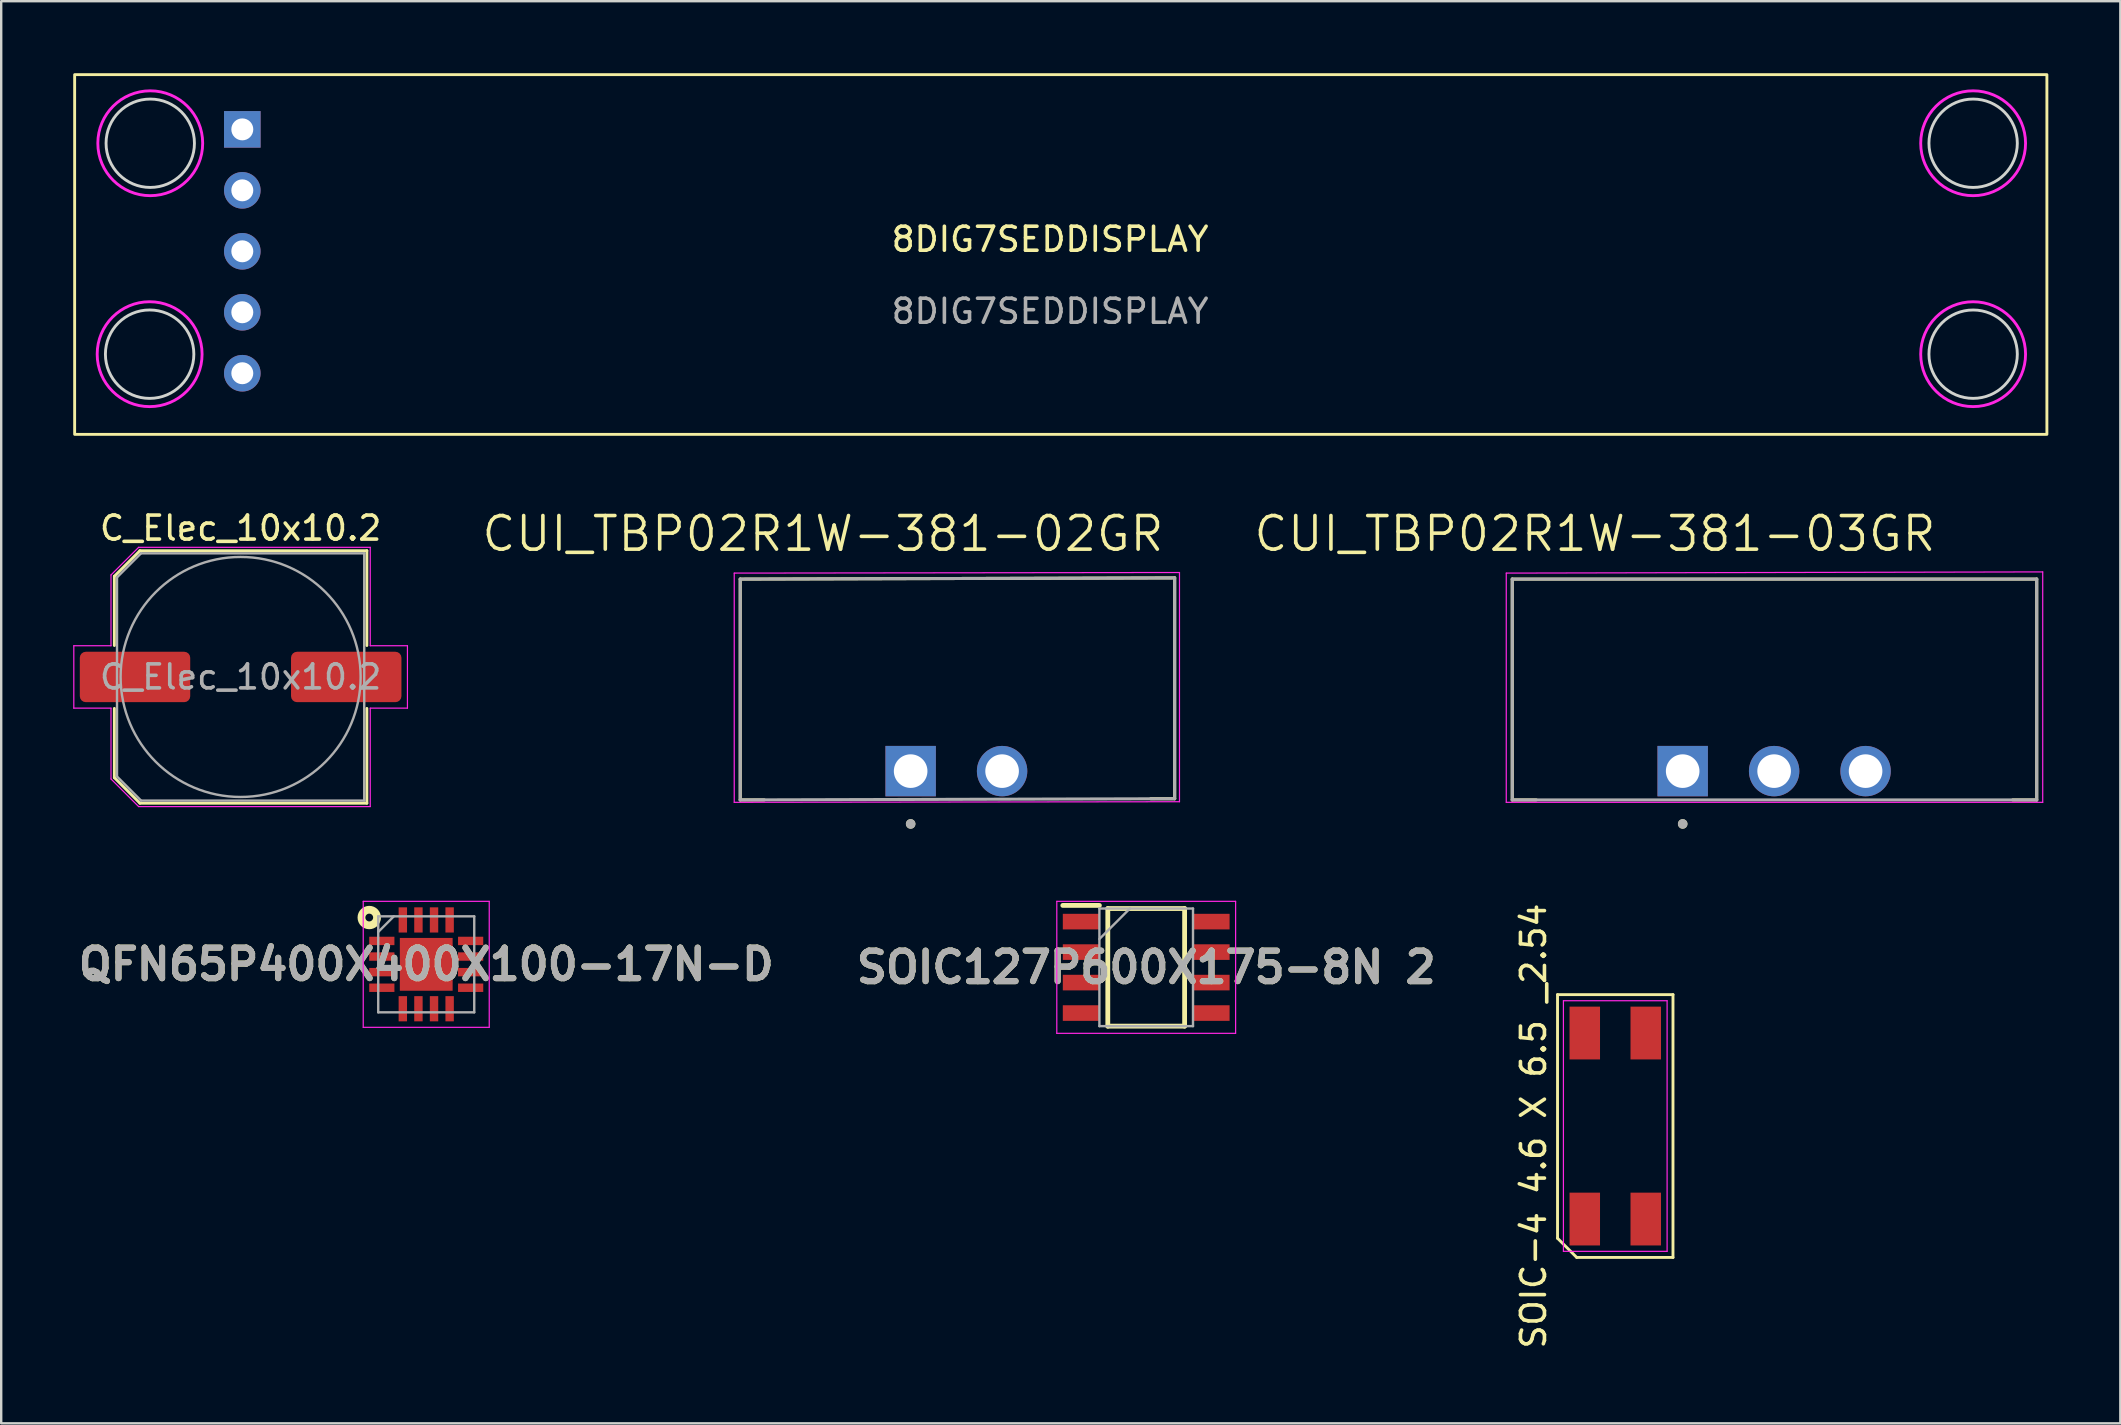
<source format=kicad_pcb>
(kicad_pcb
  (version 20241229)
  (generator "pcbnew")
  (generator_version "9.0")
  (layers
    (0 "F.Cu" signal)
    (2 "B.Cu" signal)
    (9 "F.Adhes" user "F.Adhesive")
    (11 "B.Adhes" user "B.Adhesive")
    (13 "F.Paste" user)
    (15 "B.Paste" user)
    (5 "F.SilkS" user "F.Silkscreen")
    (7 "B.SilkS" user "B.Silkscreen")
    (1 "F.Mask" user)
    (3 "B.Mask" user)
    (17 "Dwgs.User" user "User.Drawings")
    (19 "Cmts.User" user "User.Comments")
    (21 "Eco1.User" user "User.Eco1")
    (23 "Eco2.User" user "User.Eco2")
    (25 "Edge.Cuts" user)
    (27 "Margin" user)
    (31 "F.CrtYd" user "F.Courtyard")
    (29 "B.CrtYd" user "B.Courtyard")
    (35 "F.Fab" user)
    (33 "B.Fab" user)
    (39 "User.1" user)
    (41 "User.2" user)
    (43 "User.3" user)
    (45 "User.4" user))
  (footprint "CUI_TBP02R1W-381-03GR"
    (layer "F.Cu")
    (at 67.055 29.077)
    (property "Reference" "CUI_TBP02R1W-381-03GR" (at -3.655 -9.889 0) (layer "F.SilkS") (effects (font (size 1.4 1.4) (thickness 0.15))))
    (attr through_hole)
    (fp_line (start -7.1 -8) (end 14.75 -8) (stroke (width 0.127) (type solid)) (layer "F.SilkS"))
    (fp_line (start -7.1 1.2) (end -7.1 -8) (stroke (width 0.127) (type solid)) (layer "F.SilkS"))
    (fp_line (start -7.1 1.2) (end -6.1 1.2) (stroke (width 0.127) (type solid)) (layer "F.SilkS"))
    (fp_line (start 14.75 -8) (end 14.75 1.2) (stroke (width 0.127) (type solid)) (layer "F.SilkS"))
    (fp_line (start 14.75 1.2) (end 13.75 1.2) (stroke (width 0.127) (type solid)) (layer "F.SilkS"))
    (fp_circle (center 0 2.2) (end 0.1 2.2) (stroke (width 0.2) (type solid)) (fill no) (layer "F.SilkS"))
    (fp_line (start -7.35 -8.25) (end 15 -8.3) (stroke (width 0.05) (type solid)) (layer "F.CrtYd"))
    (fp_line (start -7.35 1.3) (end -7.35 -8.25) (stroke (width 0.05) (type solid)) (layer "F.CrtYd"))
    (fp_line (start 15 -8.3) (end 15 1.3) (stroke (width 0.05) (type solid)) (layer "F.CrtYd"))
    (fp_line (start 15 1.3) (end -7.35 1.3) (stroke (width 0.05) (type solid)) (layer "F.CrtYd"))
    (fp_line (start -7.1 -8) (end 14.75 -8) (stroke (width 0.127) (type solid)) (layer "F.Fab"))
    (fp_line (start -7.1 1.2) (end -7.1 -8) (stroke (width 0.127) (type solid)) (layer "F.Fab"))
    (fp_line (start 14.75 -8) (end 14.75 1.2) (stroke (width 0.127) (type solid)) (layer "F.Fab"))
    (fp_line (start 14.75 1.2) (end -7.1 1.2) (stroke (width 0.127) (type solid)) (layer "F.Fab"))
    (fp_circle (center 0 2.2) (end 0.1 2.2) (stroke (width 0.2) (type solid)) (fill no) (layer "F.Fab"))
    (pad "1" thru_hole rect (at 0 0) (size 2.1 2.1) (drill 1.4) (layers "*.Cu" "*.Mask"))
    (pad "2" thru_hole circle (at 3.81 0) (size 2.1 2.1) (drill 1.4) (layers "*.Cu" "*.Mask"))
    (pad "3" thru_hole circle (at 7.62 0) (size 2.1 2.1) (drill 1.4) (layers "*.Cu" "*.Mask")))
  (footprint "CUI_TBP02R1W-381-02GR"
    (layer "F.Cu")
    (at 34.89 29.077)
    (property "Reference" "CUI_TBP02R1W-381-02GR" (at -3.655 -9.889 0) (layer "F.SilkS") (effects (font (size 1.4 1.4) (thickness 0.15))))
    (attr through_hole)
    (fp_line (start -7.1 -8) (end 11 -8.05) (stroke (width 0.127) (type solid)) (layer "F.SilkS"))
    (fp_line (start -7.1 1.2) (end -7.1 -8) (stroke (width 0.127) (type solid)) (layer "F.SilkS"))
    (fp_line (start -7.1 1.2) (end -6.1 1.2) (stroke (width 0.127) (type solid)) (layer "F.SilkS"))
    (fp_line (start 11 -8.05) (end 11 1.15) (stroke (width 0.127) (type solid)) (layer "F.SilkS"))
    (fp_line (start 11 1.15) (end 10 1.15) (stroke (width 0.127) (type solid)) (layer "F.SilkS"))
    (fp_circle (center 0 2.2) (end 0.1 2.2) (stroke (width 0.2) (type solid)) (fill no) (layer "F.SilkS"))
    (fp_line (start -7.35 -8.25) (end 11.2 -8.275) (stroke (width 0.05) (type solid)) (layer "F.CrtYd"))
    (fp_line (start -7.35 1.3) (end -7.35 -8.25) (stroke (width 0.05) (type solid)) (layer "F.CrtYd"))
    (fp_line (start 11.2 -8.275) (end 11.2 1.275) (stroke (width 0.05) (type solid)) (layer "F.CrtYd"))
    (fp_line (start 11.2 1.275) (end -7.35 1.3) (stroke (width 0.05) (type solid)) (layer "F.CrtYd"))
    (fp_line (start -7.1 -8) (end 11 -8.05) (stroke (width 0.127) (type solid)) (layer "F.Fab"))
    (fp_line (start -7.1 1.2) (end -7.1 -8) (stroke (width 0.127) (type solid)) (layer "F.Fab"))
    (fp_line (start 11 -8.05) (end 11 1.15) (stroke (width 0.127) (type solid)) (layer "F.Fab"))
    (fp_line (start 11 1.15) (end -7.1 1.2) (stroke (width 0.127) (type solid)) (layer "F.Fab"))
    (fp_circle (center 0 2.2) (end 0.1 2.2) (stroke (width 0.2) (type solid)) (fill no) (layer "F.Fab"))
    (pad "1" thru_hole rect (at 0 0) (size 2.1 2.1) (drill 1.4) (layers "*.Cu" "*.Mask"))
    (pad "2" thru_hole circle (at 3.81 0) (size 2.1 2.1) (drill 1.4) (layers "*.Cu" "*.Mask")))
  (footprint "8DIG7SEDDISPLAY"
    (layer "F.Cu")
    (at 40.7 7.42)
    (property "Reference" "8DIG7SEDDISPLAY" (at 0 -0.5 0) (unlocked yes) (layer "F.SilkS") (effects (font (size 1 1) (thickness 0.15))))
    (attr through_hole)
    (fp_rect (start -40.64 7.626) (end 41.529 -7.36) (stroke (width 0.12) (type solid)) (fill no) (layer "F.SilkS"))
    (fp_circle (center -37.516 4.286) (end -35.674 4.286) (stroke (width 0.12) (type solid)) (fill no) (layer "Edge.Cuts"))
    (fp_circle (center -37.49 -4.502) (end -35.649 -4.502) (stroke (width 0.12) (type solid)) (fill no) (layer "Edge.Cuts"))
    (fp_circle (center 38.456 -4.502) (end 40.297 -4.502) (stroke (width 0.12) (type solid)) (fill no) (layer "Edge.Cuts"))
    (fp_circle (center 38.456 4.286) (end 40.297 4.286) (stroke (width 0.12) (type solid)) (fill no) (layer "Edge.Cuts"))
    (fp_circle (center -37.516 4.286) (end -35.331 4.286) (stroke (width 0.12) (type solid)) (fill no) (layer "F.CrtYd"))
    (fp_circle (center -37.49 -4.502) (end -35.306 -4.502) (stroke (width 0.12) (type solid)) (fill no) (layer "F.CrtYd"))
    (fp_circle (center 38.456 -4.502) (end 40.64 -4.502) (stroke (width 0.12) (type solid)) (fill no) (layer "F.CrtYd"))
    (fp_circle (center 38.456 4.286) (end 40.64 4.286) (stroke (width 0.12) (type solid)) (fill no) (layer "F.CrtYd"))
    (fp_text user "${REFERENCE}" (at 0 2.5 0) (unlocked yes) (layer "F.Fab") (effects (font (size 1 1) (thickness 0.15))))
    (pad "1" thru_hole circle (at -33.655 5.08) (size 1.524 1.524) (drill 0.914) (layers "*.Cu" "*.Mask"))
    (pad "2" thru_hole circle (at -33.655 2.54) (size 1.524 1.524) (drill 0.914) (layers "*.Cu" "*.Mask"))
    (pad "3" thru_hole circle (at -33.655 0) (size 1.524 1.524) (drill 0.914) (layers "*.Cu" "*.Mask"))
    (pad "4" thru_hole circle (at -33.655 -2.54) (size 1.524 1.524) (drill 0.914) (layers "*.Cu" "*.Mask"))
    (pad "5" thru_hole rect (at -33.655 -5.08) (size 1.524 1.524) (drill 0.914) (layers "*.Cu" "*.Mask")))
  (footprint "C_Elec_10x10.2"
    (layer "F.Cu")
    (at 6.975 25.154)
    (property "Reference" "C_Elec_10x10.2" (at 0 -6.2 0) (layer "F.SilkS") (effects (font (size 1 1) (thickness 0.15))))
    (attr smd)
    (fp_line (start -5.26 -4.196) (end -5.26 -1.31) (stroke (width 0.12) (type solid)) (layer "F.SilkS"))
    (fp_line (start -5.26 -4.196) (end -4.196 -5.26) (stroke (width 0.12) (type solid)) (layer "F.SilkS"))
    (fp_line (start -5.26 4.196) (end -5.26 1.31) (stroke (width 0.12) (type solid)) (layer "F.SilkS"))
    (fp_line (start -5.26 4.196) (end -4.196 5.26) (stroke (width 0.12) (type solid)) (layer "F.SilkS"))
    (fp_line (start -4.196 -5.26) (end 5.26 -5.26) (stroke (width 0.12) (type solid)) (layer "F.SilkS"))
    (fp_line (start -4.196 5.26) (end 5.26 5.26) (stroke (width 0.12) (type solid)) (layer "F.SilkS"))
    (fp_line (start 5.26 -5.26) (end 5.26 -1.31) (stroke (width 0.12) (type solid)) (layer "F.SilkS"))
    (fp_line (start 5.26 5.26) (end 5.26 1.31) (stroke (width 0.12) (type solid)) (layer "F.SilkS"))
    (fp_line (start -6.95 -1.3) (end -6.95 1.3) (stroke (width 0.05) (type solid)) (layer "F.CrtYd"))
    (fp_line (start -6.95 1.3) (end -5.4 1.3) (stroke (width 0.05) (type solid)) (layer "F.CrtYd"))
    (fp_line (start -5.4 -4.25) (end -5.4 -1.3) (stroke (width 0.05) (type solid)) (layer "F.CrtYd"))
    (fp_line (start -5.4 -4.25) (end -4.25 -5.4) (stroke (width 0.05) (type solid)) (layer "F.CrtYd"))
    (fp_line (start -5.4 -1.3) (end -6.95 -1.3) (stroke (width 0.05) (type solid)) (layer "F.CrtYd"))
    (fp_line (start -5.4 1.3) (end -5.4 4.25) (stroke (width 0.05) (type solid)) (layer "F.CrtYd"))
    (fp_line (start -5.4 4.25) (end -4.25 5.4) (stroke (width 0.05) (type solid)) (layer "F.CrtYd"))
    (fp_line (start -4.25 -5.4) (end 5.4 -5.4) (stroke (width 0.05) (type solid)) (layer "F.CrtYd"))
    (fp_line (start -4.25 5.4) (end 5.4 5.4) (stroke (width 0.05) (type solid)) (layer "F.CrtYd"))
    (fp_line (start 5.4 -5.4) (end 5.4 -1.3) (stroke (width 0.05) (type solid)) (layer "F.CrtYd"))
    (fp_line (start 5.4 -1.3) (end 6.95 -1.3) (stroke (width 0.05) (type solid)) (layer "F.CrtYd"))
    (fp_line (start 5.4 1.3) (end 5.4 5.4) (stroke (width 0.05) (type solid)) (layer "F.CrtYd"))
    (fp_line (start 6.95 -1.3) (end 6.95 1.3) (stroke (width 0.05) (type solid)) (layer "F.CrtYd"))
    (fp_line (start 6.95 1.3) (end 5.4 1.3) (stroke (width 0.05) (type solid)) (layer "F.CrtYd"))
    (fp_line (start -5.15 -4.15) (end -5.15 4.15) (stroke (width 0.1) (type solid)) (layer "F.Fab"))
    (fp_line (start -5.15 -4.15) (end -4.15 -5.15) (stroke (width 0.1) (type solid)) (layer "F.Fab"))
    (fp_line (start -5.15 4.15) (end -4.15 5.15) (stroke (width 0.1) (type solid)) (layer "F.Fab"))
    (fp_line (start -4.15 -5.15) (end 5.15 -5.15) (stroke (width 0.1) (type solid)) (layer "F.Fab"))
    (fp_line (start -4.15 5.15) (end 5.15 5.15) (stroke (width 0.1) (type solid)) (layer "F.Fab"))
    (fp_line (start 5.15 -5.15) (end 5.15 5.15) (stroke (width 0.1) (type solid)) (layer "F.Fab"))
    (fp_circle (center 0 0) (end 5 0) (stroke (width 0.1) (type solid)) (fill no) (layer "F.Fab"))
    (fp_text user "${REFERENCE}" (at 0 0 0) (layer "F.Fab") (effects (font (size 1 1) (thickness 0.15))))
    (pad "1" smd roundrect (at -4.4 0) (size 4.6 2.1) (layers "F.Cu" "F.Mask" "F.Paste") (roundrect_rratio 0.119))
    (pad "2" smd roundrect (at 4.4 0) (size 4.6 2.1) (layers "F.Cu" "F.Mask" "F.Paste") (roundrect_rratio 0.119)))
  (footprint "SOIC127P600X175-8N 2"
    (layer "F.Cu")
    (at 44.704 37.252)
    (property "Reference" "SOIC127P600X175-8N 2" (at 0 0 0) (layer "F.SilkS") (effects (font (size 1.27 1.27) (thickness 0.254))))
    (attr smd)
    (fp_line (start -3.475 -2.58) (end -1.95 -2.58) (stroke (width 0.2) (type solid)) (layer "F.SilkS"))
    (fp_line (start -1.6 -2.45) (end 1.6 -2.45) (stroke (width 0.2) (type solid)) (layer "F.SilkS"))
    (fp_line (start -1.6 2.45) (end -1.6 -2.45) (stroke (width 0.2) (type solid)) (layer "F.SilkS"))
    (fp_line (start 1.6 -2.45) (end 1.6 2.45) (stroke (width 0.2) (type solid)) (layer "F.SilkS"))
    (fp_line (start 1.6 2.45) (end -1.6 2.45) (stroke (width 0.2) (type solid)) (layer "F.SilkS"))
    (fp_line (start -3.725 -2.75) (end 3.725 -2.75) (stroke (width 0.05) (type solid)) (layer "F.CrtYd"))
    (fp_line (start -3.725 2.75) (end -3.725 -2.75) (stroke (width 0.05) (type solid)) (layer "F.CrtYd"))
    (fp_line (start 3.725 -2.75) (end 3.725 2.75) (stroke (width 0.05) (type solid)) (layer "F.CrtYd"))
    (fp_line (start 3.725 2.75) (end -3.725 2.75) (stroke (width 0.05) (type solid)) (layer "F.CrtYd"))
    (fp_line (start -1.95 -2.45) (end 1.95 -2.45) (stroke (width 0.1) (type solid)) (layer "F.Fab"))
    (fp_line (start -1.95 -1.18) (end -0.68 -2.45) (stroke (width 0.1) (type solid)) (layer "F.Fab"))
    (fp_line (start -1.95 2.45) (end -1.95 -2.45) (stroke (width 0.1) (type solid)) (layer "F.Fab"))
    (fp_line (start 1.95 -2.45) (end 1.95 2.45) (stroke (width 0.1) (type solid)) (layer "F.Fab"))
    (fp_line (start 1.95 2.45) (end -1.95 2.45) (stroke (width 0.1) (type solid)) (layer "F.Fab"))
    (fp_text user "${REFERENCE}" (at 0 0 0) (layer "F.Fab") (effects (font (size 1.27 1.27) (thickness 0.254))))
    (pad "1" smd rect (at -2.712 -1.905 90) (size 0.65 1.525) (layers "F.Cu" "F.Mask" "F.Paste"))
    (pad "2" smd rect (at -2.712 -0.635 90) (size 0.65 1.525) (layers "F.Cu" "F.Mask" "F.Paste"))
    (pad "3" smd rect (at -2.712 0.635 90) (size 0.65 1.525) (layers "F.Cu" "F.Mask" "F.Paste"))
    (pad "4" smd rect (at -2.712 1.905 90) (size 0.65 1.525) (layers "F.Cu" "F.Mask" "F.Paste"))
    (pad "5" smd rect (at 2.712 1.905 90) (size 0.65 1.525) (layers "F.Cu" "F.Mask" "F.Paste"))
    (pad "6" smd rect (at 2.712 0.635 90) (size 0.65 1.525) (layers "F.Cu" "F.Mask" "F.Paste"))
    (pad "7" smd rect (at 2.712 -0.635 90) (size 0.65 1.525) (layers "F.Cu" "F.Mask" "F.Paste"))
    (pad "8" smd rect (at 2.712 -1.905 90) (size 0.65 1.525) (layers "F.Cu" "F.Mask" "F.Paste")))
  (footprint "QFN65P400X400X100-17N-D"
    (layer "F.Cu")
    (at 14.708 37.127)
    (property "Reference" "QFN65P400X400X100-17N-D" (at 0 0 0) (layer "F.SilkS") (effects (font (size 1.27 1.27) (thickness 0.254))))
    (attr smd)
    (fp_circle (center -2.374 -1.95) (end -2.374 -1.788) (stroke (width 0.325) (type solid)) (fill no) (layer "F.SilkS"))
    (fp_line (start -2.625 -2.625) (end 2.625 -2.625) (stroke (width 0.05) (type solid)) (layer "F.CrtYd"))
    (fp_line (start -2.625 2.625) (end -2.625 -2.625) (stroke (width 0.05) (type solid)) (layer "F.CrtYd"))
    (fp_line (start 2.625 -2.625) (end 2.625 2.625) (stroke (width 0.05) (type solid)) (layer "F.CrtYd"))
    (fp_line (start 2.625 2.625) (end -2.625 2.625) (stroke (width 0.05) (type solid)) (layer "F.CrtYd"))
    (fp_line (start -2 -2) (end 2 -2) (stroke (width 0.1) (type solid)) (layer "F.Fab"))
    (fp_line (start -2 -1.35) (end -1.35 -2) (stroke (width 0.1) (type solid)) (layer "F.Fab"))
    (fp_line (start -2 2) (end -2 -2) (stroke (width 0.1) (type solid)) (layer "F.Fab"))
    (fp_line (start 2 -2) (end 2 2) (stroke (width 0.1) (type solid)) (layer "F.Fab"))
    (fp_line (start 2 2) (end -2 2) (stroke (width 0.1) (type solid)) (layer "F.Fab"))
    (fp_text user "${REFERENCE}" (at 0 0 0) (layer "F.Fab") (effects (font (size 1.27 1.27) (thickness 0.254))))
    (pad "1" smd rect (at -1.85 -0.975 90) (size 0.35 1.05) (layers "F.Cu" "F.Mask" "F.Paste"))
    (pad "2" smd rect (at -1.85 -0.325 90) (size 0.35 1.05) (layers "F.Cu" "F.Mask" "F.Paste"))
    (pad "3" smd rect (at -1.85 0.325 90) (size 0.35 1.05) (layers "F.Cu" "F.Mask" "F.Paste"))
    (pad "4" smd rect (at -1.85 0.975 90) (size 0.35 1.05) (layers "F.Cu" "F.Mask" "F.Paste"))
    (pad "5" smd rect (at -0.975 1.85) (size 0.35 1.05) (layers "F.Cu" "F.Mask" "F.Paste"))
    (pad "6" smd rect (at -0.325 1.85) (size 0.35 1.05) (layers "F.Cu" "F.Mask" "F.Paste"))
    (pad "7" smd rect (at 0.325 1.85) (size 0.35 1.05) (layers "F.Cu" "F.Mask" "F.Paste"))
    (pad "8" smd rect (at 0.975 1.85) (size 0.35 1.05) (layers "F.Cu" "F.Mask" "F.Paste"))
    (pad "9" smd rect (at 1.85 0.975 90) (size 0.35 1.05) (layers "F.Cu" "F.Mask" "F.Paste"))
    (pad "10" smd rect (at 1.85 0.325 90) (size 0.35 1.05) (layers "F.Cu" "F.Mask" "F.Paste"))
    (pad "11" smd rect (at 1.85 -0.325 90) (size 0.35 1.05) (layers "F.Cu" "F.Mask" "F.Paste"))
    (pad "12" smd rect (at 1.85 -0.975 90) (size 0.35 1.05) (layers "F.Cu" "F.Mask" "F.Paste"))
    (pad "13" smd rect (at 0.975 -1.85) (size 0.35 1.05) (layers "F.Cu" "F.Mask" "F.Paste"))
    (pad "14" smd rect (at 0.325 -1.85) (size 0.35 1.05) (layers "F.Cu" "F.Mask" "F.Paste"))
    (pad "15" smd rect (at -0.325 -1.85) (size 0.35 1.05) (layers "F.Cu" "F.Mask" "F.Paste"))
    (pad "16" smd rect (at -0.975 -1.85) (size 0.35 1.05) (layers "F.Cu" "F.Mask" "F.Paste"))
    (pad "17" smd rect (at 0 0) (size 2.2 2.2) (layers "F.Cu" "F.Mask" "F.Paste")))
  (footprint "SOIC-4 4.6 X 6.5 _2.54"
    (layer "F.Cu")
    (at 64.246 43.864)
    (property "Reference" "SOIC-4 4.6 X 6.5 _2.54" (at -3.405 0 90) (layer "F.SilkS") (effects (font (size 1 1) (thickness 0.15))))
    (attr through_hole)
    (fp_line (start -2.405 -5.475) (end 2.405 -5.475) (stroke (width 0.12) (type solid)) (layer "F.SilkS"))
    (fp_line (start -2.405 4.675) (end -2.405 -5.475) (stroke (width 0.12) (type solid)) (layer "F.SilkS"))
    (fp_line (start -1.605 5.475) (end -2.405 4.675) (stroke (width 0.12) (type solid)) (layer "F.SilkS"))
    (fp_line (start 2.405 -5.475) (end 2.405 5.475) (stroke (width 0.12) (type solid)) (layer "F.SilkS"))
    (fp_line (start 2.405 5.475) (end -1.605 5.475) (stroke (width 0.12) (type solid)) (layer "F.SilkS"))
    (fp_line (start -2.16 -5.22) (end 2.16 -5.22) (stroke (width 0.05) (type solid)) (layer "F.CrtYd"))
    (fp_line (start -2.16 5.22) (end -2.16 -5.22) (stroke (width 0.05) (type solid)) (layer "F.CrtYd"))
    (fp_line (start 2.16 -5.22) (end 2.16 5.22) (stroke (width 0.05) (type solid)) (layer "F.CrtYd"))
    (fp_line (start 2.16 5.22) (end -2.16 5.22) (stroke (width 0.05) (type solid)) (layer "F.CrtYd"))
    (pad "1" smd rect (at -1.27 3.875) (size 1.27 2.2) (layers "F.Cu" "F.Mask" "F.Paste"))
    (pad "2" smd rect (at 1.27 3.875) (size 1.27 2.2) (layers "F.Cu" "F.Mask" "F.Paste"))
    (pad "3" smd rect (at 1.27 -3.875) (size 1.27 2.2) (layers "F.Cu" "F.Mask" "F.Paste"))
    (pad "4" smd rect (at -1.27 -3.875) (size 1.27 2.2) (layers "F.Cu" "F.Mask" "F.Paste")))
  (gr_rect
    (start -3 -3)
    (end 85.289 56.251)
    (stroke (width 0.1) (type default))
    (fill no)
    (layer "Edge.Cuts")))
</source>
